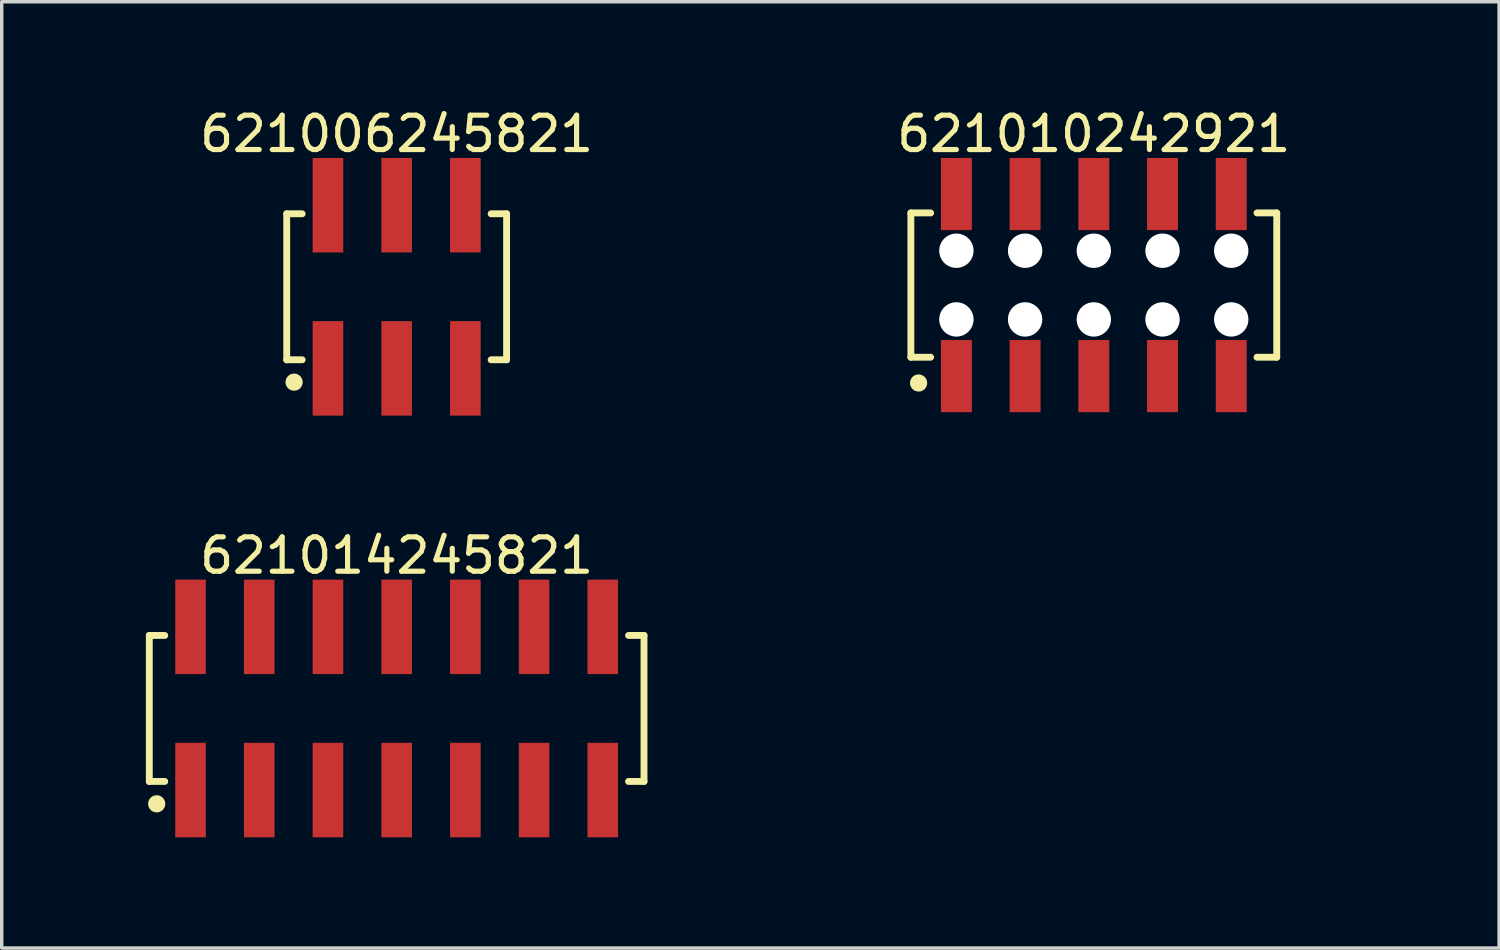
<source format=kicad_pcb>
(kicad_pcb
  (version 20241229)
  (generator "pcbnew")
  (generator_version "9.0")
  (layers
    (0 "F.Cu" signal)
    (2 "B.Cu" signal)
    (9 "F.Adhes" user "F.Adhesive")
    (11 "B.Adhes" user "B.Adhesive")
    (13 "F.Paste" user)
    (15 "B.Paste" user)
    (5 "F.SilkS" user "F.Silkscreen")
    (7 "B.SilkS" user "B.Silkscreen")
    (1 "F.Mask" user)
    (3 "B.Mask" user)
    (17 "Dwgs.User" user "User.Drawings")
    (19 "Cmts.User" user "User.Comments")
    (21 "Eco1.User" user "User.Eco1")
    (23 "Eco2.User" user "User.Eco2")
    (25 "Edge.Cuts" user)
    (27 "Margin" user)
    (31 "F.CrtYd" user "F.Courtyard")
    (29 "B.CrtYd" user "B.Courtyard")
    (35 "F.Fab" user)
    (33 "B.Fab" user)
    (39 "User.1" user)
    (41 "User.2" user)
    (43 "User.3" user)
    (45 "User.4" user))
  (footprint "621006245821"
    (layer "F.Cu")
    (at 8.496 5.298)
    (property "Reference" "621006245821" (at 0 -4.45 0) (layer "F.SilkS") (effects (font (size 1 1) (thickness 0.15))))
    (fp_line (start -3.2 -2.125) (end -2.75 -2.125) (stroke (width 0.2) (type solid)) (layer "F.SilkS"))
    (fp_line (start -3.2 2.125) (end -3.2 -2.125) (stroke (width 0.2) (type solid)) (layer "F.SilkS"))
    (fp_line (start -3.2 2.125) (end -2.75 2.125) (stroke (width 0.2) (type solid)) (layer "F.SilkS"))
    (fp_line (start 2.75 -2.125) (end 3.2 -2.125) (stroke (width 0.2) (type solid)) (layer "F.SilkS"))
    (fp_line (start 2.75 2.125) (end 3.2 2.125) (stroke (width 0.2) (type solid)) (layer "F.SilkS"))
    (fp_line (start 3.2 2.125) (end 3.2 -2.125) (stroke (width 0.2) (type solid)) (layer "F.SilkS"))
    (fp_circle (center -2.985 2.776) (end -2.985 2.651) (stroke (width 0.25) (type solid)) (fill no) (layer "F.SilkS"))
    (fp_line (start -3.4 -3.95) (end 3.4 -3.95) (stroke (width 0.05) (type solid)) (layer "Eco2.User"))
    (fp_line (start -3.4 3.95) (end -3.4 -3.95) (stroke (width 0.05) (type solid)) (layer "Eco2.User"))
    (fp_line (start -3.4 3.95) (end 3.4 3.95) (stroke (width 0.05) (type solid)) (layer "Eco2.User"))
    (fp_line (start -3 -2) (end 3 -2) (stroke (width 0.1) (type solid)) (layer "Eco2.User"))
    (fp_line (start -3 2) (end -3 -2) (stroke (width 0.1) (type solid)) (layer "Eco2.User"))
    (fp_line (start -3 2) (end 3 2) (stroke (width 0.1) (type solid)) (layer "Eco2.User"))
    (fp_line (start -2.25 -3.1) (end -1.75 -3.1) (stroke (width 0.1) (type solid)) (layer "Eco2.User"))
    (fp_line (start -2.25 -2) (end -2.25 -3.1) (stroke (width 0.1) (type solid)) (layer "Eco2.User"))
    (fp_line (start -2.25 3.1) (end -2.25 2) (stroke (width 0.1) (type solid)) (layer "Eco2.User"))
    (fp_line (start -2.25 3.1) (end -1.75 3.1) (stroke (width 0.1) (type solid)) (layer "Eco2.User"))
    (fp_line (start -1.75 -2) (end -1.75 -3.1) (stroke (width 0.1) (type solid)) (layer "Eco2.User"))
    (fp_line (start -1.75 3.1) (end -1.75 2) (stroke (width 0.1) (type solid)) (layer "Eco2.User"))
    (fp_line (start -0.5 0) (end 0.5 0) (stroke (width 0.05) (type solid)) (layer "Eco2.User"))
    (fp_line (start -0.25 -3.1) (end 0.25 -3.1) (stroke (width 0.1) (type solid)) (layer "Eco2.User"))
    (fp_line (start -0.25 -2) (end -0.25 -3.1) (stroke (width 0.1) (type solid)) (layer "Eco2.User"))
    (fp_line (start -0.25 3.1) (end -0.25 2) (stroke (width 0.1) (type solid)) (layer "Eco2.User"))
    (fp_line (start -0.25 3.1) (end 0.25 3.1) (stroke (width 0.1) (type solid)) (layer "Eco2.User"))
    (fp_line (start 0 0.5) (end 0 -0.5) (stroke (width 0.05) (type solid)) (layer "Eco2.User"))
    (fp_line (start 0.25 -2) (end 0.25 -3.1) (stroke (width 0.1) (type solid)) (layer "Eco2.User"))
    (fp_line (start 0.25 3.1) (end 0.25 2) (stroke (width 0.1) (type solid)) (layer "Eco2.User"))
    (fp_line (start 1.75 -3.1) (end 2.25 -3.1) (stroke (width 0.1) (type solid)) (layer "Eco2.User"))
    (fp_line (start 1.75 -2) (end 1.75 -3.1) (stroke (width 0.1) (type solid)) (layer "Eco2.User"))
    (fp_line (start 1.75 3.1) (end 1.75 2) (stroke (width 0.1) (type solid)) (layer "Eco2.User"))
    (fp_line (start 1.75 3.1) (end 2.25 3.1) (stroke (width 0.1) (type solid)) (layer "Eco2.User"))
    (fp_line (start 2.25 -2) (end 2.25 -3.1) (stroke (width 0.1) (type solid)) (layer "Eco2.User"))
    (fp_line (start 2.25 3.1) (end 2.25 2) (stroke (width 0.1) (type solid)) (layer "Eco2.User"))
    (fp_line (start 3 2) (end 3 -2) (stroke (width 0.1) (type solid)) (layer "Eco2.User"))
    (fp_line (start 3.4 3.95) (end 3.4 -3.95) (stroke (width 0.05) (type solid)) (layer "Eco2.User"))
    (fp_text user "${REFERENCE}" (at 0.15 -0.197 0) (unlocked yes) (layer "User.3") (effects (font (size 1.5 1.5) (thickness 0.15))))
    (pad "1" smd rect (at -2 2.375) (size 0.89 2.75) (layers "F.Cu" "F.Mask" "F.Paste"))
    (pad "2" smd rect (at -2 -2.375) (size 0.89 2.75) (layers "F.Cu" "F.Mask" "F.Paste"))
    (pad "3" smd rect (at 0 2.375) (size 0.89 2.75) (layers "F.Cu" "F.Mask" "F.Paste"))
    (pad "4" smd rect (at 0 -2.375) (size 0.89 2.75) (layers "F.Cu" "F.Mask" "F.Paste"))
    (pad "5" smd rect (at 2 2.375) (size 0.89 2.75) (layers "F.Cu" "F.Mask" "F.Paste"))
    (pad "6" smd rect (at 2 -2.375) (size 0.89 2.75) (layers "F.Cu" "F.Mask" "F.Paste")))
  (footprint "621010242921"
    (layer "F.Cu")
    (at 28.789 5.248)
    (property "Reference" "621010242921" (at 0 -4.4 0) (layer "F.SilkS") (effects (font (size 1 1) (thickness 0.15))))
    (fp_line (start -5.325 -2.1) (end -4.75 -2.1) (stroke (width 0.2) (type solid)) (layer "F.SilkS"))
    (fp_line (start -5.325 2.1) (end -5.325 -2.1) (stroke (width 0.2) (type solid)) (layer "F.SilkS"))
    (fp_line (start -5.325 2.1) (end -4.75 2.1) (stroke (width 0.2) (type solid)) (layer "F.SilkS"))
    (fp_line (start 4.75 -2.1) (end 5.325 -2.1) (stroke (width 0.2) (type solid)) (layer "F.SilkS"))
    (fp_line (start 4.75 2.1) (end 5.325 2.1) (stroke (width 0.2) (type solid)) (layer "F.SilkS"))
    (fp_line (start 5.325 2.1) (end 5.325 -2.1) (stroke (width 0.2) (type solid)) (layer "F.SilkS"))
    (fp_circle (center -5.1 2.85) (end -5.1 2.725) (stroke (width 0.25) (type solid)) (fill no) (layer "F.SilkS"))
    (fp_line (start -5.525 -3.9) (end 5.525 -3.9) (stroke (width 0.05) (type solid)) (layer "Eco2.User"))
    (fp_line (start -5.525 3.9) (end -5.525 -3.9) (stroke (width 0.05) (type solid)) (layer "Eco2.User"))
    (fp_line (start -5.525 3.9) (end 5.525 3.9) (stroke (width 0.05) (type solid)) (layer "Eco2.User"))
    (fp_line (start -5.2 -2) (end 5.2 -2) (stroke (width 0.1) (type solid)) (layer "Eco2.User"))
    (fp_line (start -5.2 2) (end -5.2 -2) (stroke (width 0.1) (type solid)) (layer "Eco2.User"))
    (fp_line (start -5.2 2) (end 5.2 2) (stroke (width 0.1) (type solid)) (layer "Eco2.User"))
    (fp_line (start -4.25 -3.1) (end -3.75 -3.1) (stroke (width 0.1) (type solid)) (layer "Eco2.User"))
    (fp_line (start -4.25 -2) (end -4.25 -3.1) (stroke (width 0.1) (type solid)) (layer "Eco2.User"))
    (fp_line (start -4.25 3.1) (end -4.25 2) (stroke (width 0.1) (type solid)) (layer "Eco2.User"))
    (fp_line (start -4.25 3.1) (end -3.75 3.1) (stroke (width 0.1) (type solid)) (layer "Eco2.User"))
    (fp_line (start -3.75 -2) (end -3.75 -3.1) (stroke (width 0.1) (type solid)) (layer "Eco2.User"))
    (fp_line (start -3.75 3.1) (end -3.75 2) (stroke (width 0.1) (type solid)) (layer "Eco2.User"))
    (fp_line (start -2.25 -3.1) (end -1.75 -3.1) (stroke (width 0.1) (type solid)) (layer "Eco2.User"))
    (fp_line (start -2.25 -2) (end -2.25 -3.1) (stroke (width 0.1) (type solid)) (layer "Eco2.User"))
    (fp_line (start -2.25 3.1) (end -2.25 2) (stroke (width 0.1) (type solid)) (layer "Eco2.User"))
    (fp_line (start -2.25 3.1) (end -1.75 3.1) (stroke (width 0.1) (type solid)) (layer "Eco2.User"))
    (fp_line (start -1.75 -2) (end -1.75 -3.1) (stroke (width 0.1) (type solid)) (layer "Eco2.User"))
    (fp_line (start -1.75 3.1) (end -1.75 2) (stroke (width 0.1) (type solid)) (layer "Eco2.User"))
    (fp_line (start -0.5 0) (end 0.5 0) (stroke (width 0.05) (type solid)) (layer "Eco2.User"))
    (fp_line (start -0.25 -3.1) (end 0.25 -3.1) (stroke (width 0.1) (type solid)) (layer "Eco2.User"))
    (fp_line (start -0.25 -2) (end -0.25 -3.1) (stroke (width 0.1) (type solid)) (layer "Eco2.User"))
    (fp_line (start -0.25 3.1) (end -0.25 2) (stroke (width 0.1) (type solid)) (layer "Eco2.User"))
    (fp_line (start -0.25 3.1) (end 0.25 3.1) (stroke (width 0.1) (type solid)) (layer "Eco2.User"))
    (fp_line (start 0 0.5) (end 0 -0.5) (stroke (width 0.05) (type solid)) (layer "Eco2.User"))
    (fp_line (start 0.25 -2) (end 0.25 -3.1) (stroke (width 0.1) (type solid)) (layer "Eco2.User"))
    (fp_line (start 0.25 3.1) (end 0.25 2) (stroke (width 0.1) (type solid)) (layer "Eco2.User"))
    (fp_line (start 1.75 -3.1) (end 2.25 -3.1) (stroke (width 0.1) (type solid)) (layer "Eco2.User"))
    (fp_line (start 1.75 -2) (end 1.75 -3.1) (stroke (width 0.1) (type solid)) (layer "Eco2.User"))
    (fp_line (start 1.75 3.1) (end 1.75 2) (stroke (width 0.1) (type solid)) (layer "Eco2.User"))
    (fp_line (start 1.75 3.1) (end 2.25 3.1) (stroke (width 0.1) (type solid)) (layer "Eco2.User"))
    (fp_line (start 2.25 -2) (end 2.25 -3.1) (stroke (width 0.1) (type solid)) (layer "Eco2.User"))
    (fp_line (start 2.25 3.1) (end 2.25 2) (stroke (width 0.1) (type solid)) (layer "Eco2.User"))
    (fp_line (start 3.75 -3.1) (end 4.25 -3.1) (stroke (width 0.1) (type solid)) (layer "Eco2.User"))
    (fp_line (start 3.75 -2) (end 3.75 -3.1) (stroke (width 0.1) (type solid)) (layer "Eco2.User"))
    (fp_line (start 3.75 3.1) (end 3.75 2) (stroke (width 0.1) (type solid)) (layer "Eco2.User"))
    (fp_line (start 3.75 3.1) (end 4.25 3.1) (stroke (width 0.1) (type solid)) (layer "Eco2.User"))
    (fp_line (start 4.25 -2) (end 4.25 -3.1) (stroke (width 0.1) (type solid)) (layer "Eco2.User"))
    (fp_line (start 4.25 3.1) (end 4.25 2) (stroke (width 0.1) (type solid)) (layer "Eco2.User"))
    (fp_line (start 5.2 2) (end 5.2 -2) (stroke (width 0.1) (type solid)) (layer "Eco2.User"))
    (fp_line (start 5.525 3.9) (end 5.525 -3.9) (stroke (width 0.05) (type solid)) (layer "Eco2.User"))
    (fp_text user "${REFERENCE}" (at 0.15 -0.197 0) (unlocked yes) (layer "User.3") (effects (font (size 1.5 1.5) (thickness 0.15))))
    (pad "" np_thru_hole circle (at -4 -1) (size 1 1) (drill 1) (layers "*.Cu" "*.Mask"))
    (pad "" np_thru_hole circle (at -4 1) (size 1 1) (drill 1) (layers "*.Cu" "*.Mask"))
    (pad "" np_thru_hole circle (at -2 -1) (size 1 1) (drill 1) (layers "*.Cu" "*.Mask"))
    (pad "" np_thru_hole circle (at -2 1) (size 1 1) (drill 1) (layers "*.Cu" "*.Mask"))
    (pad "" np_thru_hole circle (at 0 -1) (size 1 1) (drill 1) (layers "*.Cu" "*.Mask"))
    (pad "" np_thru_hole circle (at 0 1) (size 1 1) (drill 1) (layers "*.Cu" "*.Mask"))
    (pad "" np_thru_hole circle (at 2 -1) (size 1 1) (drill 1) (layers "*.Cu" "*.Mask"))
    (pad "" np_thru_hole circle (at 2 1) (size 1 1) (drill 1) (layers "*.Cu" "*.Mask"))
    (pad "" np_thru_hole circle (at 4 -1) (size 1 1) (drill 1) (layers "*.Cu" "*.Mask"))
    (pad "" np_thru_hole circle (at 4 1) (size 1 1) (drill 1) (layers "*.Cu" "*.Mask"))
    (pad "1" smd rect (at -4 2.65) (size 0.9 2.1) (layers "F.Cu" "F.Mask" "F.Paste"))
    (pad "2" smd rect (at -4 -2.65) (size 0.9 2.1) (layers "F.Cu" "F.Mask" "F.Paste"))
    (pad "3" smd rect (at -2 2.65) (size 0.9 2.1) (layers "F.Cu" "F.Mask" "F.Paste"))
    (pad "4" smd rect (at -2 -2.65) (size 0.9 2.1) (layers "F.Cu" "F.Mask" "F.Paste"))
    (pad "5" smd rect (at 0 2.65) (size 0.9 2.1) (layers "F.Cu" "F.Mask" "F.Paste"))
    (pad "6" smd rect (at 0 -2.65) (size 0.9 2.1) (layers "F.Cu" "F.Mask" "F.Paste"))
    (pad "7" smd rect (at 2 2.65) (size 0.9 2.1) (layers "F.Cu" "F.Mask" "F.Paste"))
    (pad "8" smd rect (at 2 -2.65) (size 0.9 2.1) (layers "F.Cu" "F.Mask" "F.Paste"))
    (pad "9" smd rect (at 4 2.65) (size 0.9 2.1) (layers "F.Cu" "F.Mask" "F.Paste"))
    (pad "10" smd rect (at 4 -2.65) (size 0.9 2.1) (layers "F.Cu" "F.Mask" "F.Paste")))
  (footprint "621014245821"
    (layer "F.Cu")
    (at 8.496 17.572)
    (property "Reference" "621014245821" (at 0 -4.45 0) (layer "F.SilkS") (effects (font (size 1 1) (thickness 0.15))))
    (fp_line (start -7.2 -2.125) (end -6.75 -2.125) (stroke (width 0.2) (type solid)) (layer "F.SilkS"))
    (fp_line (start -7.2 2.125) (end -7.2 -2.125) (stroke (width 0.2) (type solid)) (layer "F.SilkS"))
    (fp_line (start -7.2 2.125) (end -6.75 2.125) (stroke (width 0.2) (type solid)) (layer "F.SilkS"))
    (fp_line (start 6.75 -2.125) (end 7.2 -2.125) (stroke (width 0.2) (type solid)) (layer "F.SilkS"))
    (fp_line (start 6.75 2.125) (end 7.2 2.125) (stroke (width 0.2) (type solid)) (layer "F.SilkS"))
    (fp_line (start 7.2 2.125) (end 7.2 -2.125) (stroke (width 0.2) (type solid)) (layer "F.SilkS"))
    (fp_circle (center -6.985 2.776) (end -6.985 2.651) (stroke (width 0.25) (type solid)) (fill no) (layer "F.SilkS"))
    (fp_line (start -7.4 -3.95) (end 7.4 -3.95) (stroke (width 0.05) (type solid)) (layer "Eco2.User"))
    (fp_line (start -7.4 3.95) (end -7.4 -3.95) (stroke (width 0.05) (type solid)) (layer "Eco2.User"))
    (fp_line (start -7.4 3.95) (end 7.4 3.95) (stroke (width 0.05) (type solid)) (layer "Eco2.User"))
    (fp_line (start -7 -2) (end 7 -2) (stroke (width 0.1) (type solid)) (layer "Eco2.User"))
    (fp_line (start -7 2) (end -7 -2) (stroke (width 0.1) (type solid)) (layer "Eco2.User"))
    (fp_line (start -7 2) (end 7 2) (stroke (width 0.1) (type solid)) (layer "Eco2.User"))
    (fp_line (start -6.25 -3.1) (end -5.75 -3.1) (stroke (width 0.1) (type solid)) (layer "Eco2.User"))
    (fp_line (start -6.25 -2) (end -6.25 -3.1) (stroke (width 0.1) (type solid)) (layer "Eco2.User"))
    (fp_line (start -6.25 3.1) (end -6.25 2) (stroke (width 0.1) (type solid)) (layer "Eco2.User"))
    (fp_line (start -6.25 3.1) (end -5.75 3.1) (stroke (width 0.1) (type solid)) (layer "Eco2.User"))
    (fp_line (start -5.75 -2) (end -5.75 -3.1) (stroke (width 0.1) (type solid)) (layer "Eco2.User"))
    (fp_line (start -5.75 3.1) (end -5.75 2) (stroke (width 0.1) (type solid)) (layer "Eco2.User"))
    (fp_line (start -4.25 -3.1) (end -3.75 -3.1) (stroke (width 0.1) (type solid)) (layer "Eco2.User"))
    (fp_line (start -4.25 -2) (end -4.25 -3.1) (stroke (width 0.1) (type solid)) (layer "Eco2.User"))
    (fp_line (start -4.25 3.1) (end -4.25 2) (stroke (width 0.1) (type solid)) (layer "Eco2.User"))
    (fp_line (start -4.25 3.1) (end -3.75 3.1) (stroke (width 0.1) (type solid)) (layer "Eco2.User"))
    (fp_line (start -3.75 -2) (end -3.75 -3.1) (stroke (width 0.1) (type solid)) (layer "Eco2.User"))
    (fp_line (start -3.75 3.1) (end -3.75 2) (stroke (width 0.1) (type solid)) (layer "Eco2.User"))
    (fp_line (start -2.25 -3.1) (end -1.75 -3.1) (stroke (width 0.1) (type solid)) (layer "Eco2.User"))
    (fp_line (start -2.25 -2) (end -2.25 -3.1) (stroke (width 0.1) (type solid)) (layer "Eco2.User"))
    (fp_line (start -2.25 3.1) (end -2.25 2) (stroke (width 0.1) (type solid)) (layer "Eco2.User"))
    (fp_line (start -2.25 3.1) (end -1.75 3.1) (stroke (width 0.1) (type solid)) (layer "Eco2.User"))
    (fp_line (start -1.75 -2) (end -1.75 -3.1) (stroke (width 0.1) (type solid)) (layer "Eco2.User"))
    (fp_line (start -1.75 3.1) (end -1.75 2) (stroke (width 0.1) (type solid)) (layer "Eco2.User"))
    (fp_line (start -0.5 0) (end 0.5 0) (stroke (width 0.05) (type solid)) (layer "Eco2.User"))
    (fp_line (start -0.25 -3.1) (end 0.25 -3.1) (stroke (width 0.1) (type solid)) (layer "Eco2.User"))
    (fp_line (start -0.25 -2) (end -0.25 -3.1) (stroke (width 0.1) (type solid)) (layer "Eco2.User"))
    (fp_line (start -0.25 3.1) (end -0.25 2) (stroke (width 0.1) (type solid)) (layer "Eco2.User"))
    (fp_line (start -0.25 3.1) (end 0.25 3.1) (stroke (width 0.1) (type solid)) (layer "Eco2.User"))
    (fp_line (start 0 0.5) (end 0 -0.5) (stroke (width 0.05) (type solid)) (layer "Eco2.User"))
    (fp_line (start 0.25 -2) (end 0.25 -3.1) (stroke (width 0.1) (type solid)) (layer "Eco2.User"))
    (fp_line (start 0.25 3.1) (end 0.25 2) (stroke (width 0.1) (type solid)) (layer "Eco2.User"))
    (fp_line (start 1.75 -3.1) (end 2.25 -3.1) (stroke (width 0.1) (type solid)) (layer "Eco2.User"))
    (fp_line (start 1.75 -2) (end 1.75 -3.1) (stroke (width 0.1) (type solid)) (layer "Eco2.User"))
    (fp_line (start 1.75 3.1) (end 1.75 2) (stroke (width 0.1) (type solid)) (layer "Eco2.User"))
    (fp_line (start 1.75 3.1) (end 2.25 3.1) (stroke (width 0.1) (type solid)) (layer "Eco2.User"))
    (fp_line (start 2.25 -2) (end 2.25 -3.1) (stroke (width 0.1) (type solid)) (layer "Eco2.User"))
    (fp_line (start 2.25 3.1) (end 2.25 2) (stroke (width 0.1) (type solid)) (layer "Eco2.User"))
    (fp_line (start 3.75 -3.1) (end 4.25 -3.1) (stroke (width 0.1) (type solid)) (layer "Eco2.User"))
    (fp_line (start 3.75 -2) (end 3.75 -3.1) (stroke (width 0.1) (type solid)) (layer "Eco2.User"))
    (fp_line (start 3.75 3.1) (end 3.75 2) (stroke (width 0.1) (type solid)) (layer "Eco2.User"))
    (fp_line (start 3.75 3.1) (end 4.25 3.1) (stroke (width 0.1) (type solid)) (layer "Eco2.User"))
    (fp_line (start 4.25 -2) (end 4.25 -3.1) (stroke (width 0.1) (type solid)) (layer "Eco2.User"))
    (fp_line (start 4.25 3.1) (end 4.25 2) (stroke (width 0.1) (type solid)) (layer "Eco2.User"))
    (fp_line (start 5.75 -3.1) (end 6.25 -3.1) (stroke (width 0.1) (type solid)) (layer "Eco2.User"))
    (fp_line (start 5.75 -2) (end 5.75 -3.1) (stroke (width 0.1) (type solid)) (layer "Eco2.User"))
    (fp_line (start 5.75 3.1) (end 5.75 2) (stroke (width 0.1) (type solid)) (layer "Eco2.User"))
    (fp_line (start 5.75 3.1) (end 6.25 3.1) (stroke (width 0.1) (type solid)) (layer "Eco2.User"))
    (fp_line (start 6.25 -2) (end 6.25 -3.1) (stroke (width 0.1) (type solid)) (layer "Eco2.User"))
    (fp_line (start 6.25 3.1) (end 6.25 2) (stroke (width 0.1) (type solid)) (layer "Eco2.User"))
    (fp_line (start 7 2) (end 7 -2) (stroke (width 0.1) (type solid)) (layer "Eco2.User"))
    (fp_line (start 7.4 3.95) (end 7.4 -3.95) (stroke (width 0.05) (type solid)) (layer "Eco2.User"))
    (fp_text user "${REFERENCE}" (at 0.15 -0.197 0) (unlocked yes) (layer "User.3") (effects (font (size 1.5 1.5) (thickness 0.15))))
    (pad "1" smd rect (at -6 2.375) (size 0.89 2.75) (layers "F.Cu" "F.Mask" "F.Paste"))
    (pad "2" smd rect (at -6 -2.375) (size 0.89 2.75) (layers "F.Cu" "F.Mask" "F.Paste"))
    (pad "3" smd rect (at -4 2.375) (size 0.89 2.75) (layers "F.Cu" "F.Mask" "F.Paste"))
    (pad "4" smd rect (at -4 -2.375) (size 0.89 2.75) (layers "F.Cu" "F.Mask" "F.Paste"))
    (pad "5" smd rect (at -2 2.375) (size 0.89 2.75) (layers "F.Cu" "F.Mask" "F.Paste"))
    (pad "6" smd rect (at -2 -2.375) (size 0.89 2.75) (layers "F.Cu" "F.Mask" "F.Paste"))
    (pad "7" smd rect (at 0 2.375) (size 0.89 2.75) (layers "F.Cu" "F.Mask" "F.Paste"))
    (pad "8" smd rect (at 0 -2.375) (size 0.89 2.75) (layers "F.Cu" "F.Mask" "F.Paste"))
    (pad "9" smd rect (at 2 2.375) (size 0.89 2.75) (layers "F.Cu" "F.Mask" "F.Paste"))
    (pad "10" smd rect (at 2 -2.375) (size 0.89 2.75) (layers "F.Cu" "F.Mask" "F.Paste"))
    (pad "11" smd rect (at 4 2.375) (size 0.89 2.75) (layers "F.Cu" "F.Mask" "F.Paste"))
    (pad "12" smd rect (at 4 -2.375) (size 0.89 2.75) (layers "F.Cu" "F.Mask" "F.Paste"))
    (pad "13" smd rect (at 6 2.375) (size 0.89 2.75) (layers "F.Cu" "F.Mask" "F.Paste"))
    (pad "14" smd rect (at 6 -2.375) (size 0.89 2.75) (layers "F.Cu" "F.Mask" "F.Paste")))
  (gr_rect
    (start -3 -3)
    (end 40.586 24.547)
    (stroke (width 0.1) (type default))
    (fill no)
    (layer "Edge.Cuts")))
</source>
